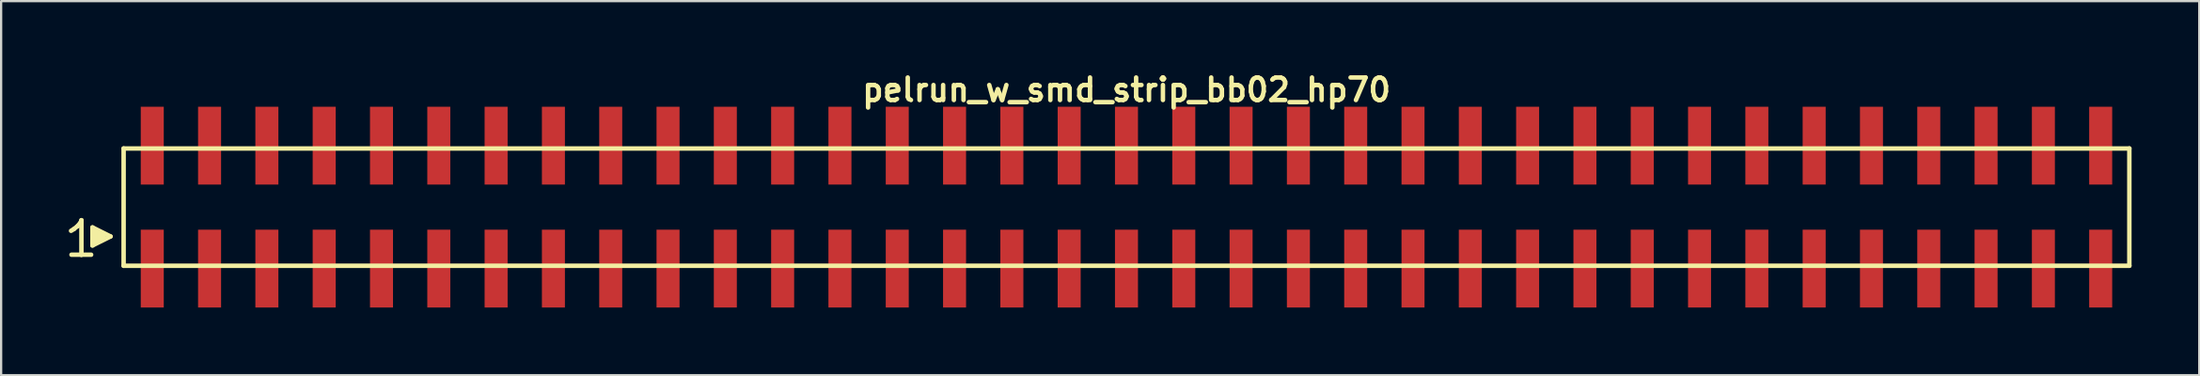
<source format=kicad_pcb>
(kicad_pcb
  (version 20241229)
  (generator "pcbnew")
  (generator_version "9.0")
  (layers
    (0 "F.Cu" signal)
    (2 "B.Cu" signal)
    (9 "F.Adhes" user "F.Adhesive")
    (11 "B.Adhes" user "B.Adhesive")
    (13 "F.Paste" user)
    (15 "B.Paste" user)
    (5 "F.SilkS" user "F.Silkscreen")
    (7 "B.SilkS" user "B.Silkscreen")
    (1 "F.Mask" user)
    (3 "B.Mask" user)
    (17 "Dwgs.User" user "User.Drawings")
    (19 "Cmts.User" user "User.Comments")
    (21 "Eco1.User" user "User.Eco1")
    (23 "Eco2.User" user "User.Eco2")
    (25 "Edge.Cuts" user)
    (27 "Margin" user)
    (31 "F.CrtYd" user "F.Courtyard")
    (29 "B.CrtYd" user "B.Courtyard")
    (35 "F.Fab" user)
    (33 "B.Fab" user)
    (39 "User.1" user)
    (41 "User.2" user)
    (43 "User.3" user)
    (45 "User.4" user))
  (footprint "pelrun_w_smd_strip_bb02_hp70"
    (layer "F.Cu")
    (at 46.879 6.132)
    (property "Reference" "pelrun_w_smd_strip_bb02_hp70" (at 0 -5.2 0) (layer "F.SilkS") (effects (font (size 0.998 0.998) (thickness 0.198))))
    (attr through_hole)
    (fp_line (start -46.78 1.05) (end -46.65 0.97) (stroke (width 0.198) (type solid)) (layer "F.SilkS"))
    (fp_line (start -46.65 0.97) (end -46.49 0.84) (stroke (width 0.198) (type solid)) (layer "F.SilkS"))
    (fp_line (start -46.49 0.84) (end -46.35 0.67) (stroke (width 0.198) (type solid)) (layer "F.SilkS"))
    (fp_line (start -46.35 0.67) (end -46.32 0.58) (stroke (width 0.198) (type solid)) (layer "F.SilkS"))
    (fp_line (start -46.32 0.58) (end -46.32 2.11) (stroke (width 0.198) (type solid)) (layer "F.SilkS"))
    (fp_line (start -46.32 2.11) (end -46.76 2.11) (stroke (width 0.198) (type solid)) (layer "F.SilkS"))
    (fp_line (start -45.89 2.11) (end -46.33 2.11) (stroke (width 0.198) (type solid)) (layer "F.SilkS"))
    (fp_line (start -45.83 0.9) (end -45.03 1.3) (stroke (width 0.198) (type solid)) (layer "F.SilkS"))
    (fp_line (start -45.83 1.7) (end -45.83 0.9) (stroke (width 0.198) (type solid)) (layer "F.SilkS"))
    (fp_line (start -45.73 1.6) (end -45.73 1) (stroke (width 0.198) (type solid)) (layer "F.SilkS"))
    (fp_line (start -45.63 1.1) (end -45.63 1.5) (stroke (width 0.198) (type solid)) (layer "F.SilkS"))
    (fp_line (start -45.53 1.5) (end -45.53 1.1) (stroke (width 0.198) (type solid)) (layer "F.SilkS"))
    (fp_line (start -45.43 1.2) (end -45.43 1.4) (stroke (width 0.198) (type solid)) (layer "F.SilkS"))
    (fp_line (start -45.33 1.4) (end -45.33 1.2) (stroke (width 0.198) (type solid)) (layer "F.SilkS"))
    (fp_line (start -45.03 1.3) (end -45.83 1.7) (stroke (width 0.198) (type solid)) (layer "F.SilkS"))
    (fp_line (start -44.45 -2.6) (end -44.45 2.6) (stroke (width 0.198) (type solid)) (layer "F.SilkS"))
    (fp_line (start -44.45 -2.6) (end 44.45 -2.6) (stroke (width 0.198) (type solid)) (layer "F.SilkS"))
    (fp_line (start 44.45 2.6) (end -44.45 2.6) (stroke (width 0.198) (type solid)) (layer "F.SilkS"))
    (fp_line (start 44.45 2.6) (end 44.45 -2.6) (stroke (width 0.198) (type solid)) (layer "F.SilkS"))
    (pad "1" smd rect (at -43.18 2.725) (size 1.02 3.45) (layers "F.Cu" "F.Mask" "F.Paste"))
    (pad "2" smd rect (at -43.18 -2.725) (size 1.02 3.45) (layers "F.Cu" "F.Mask" "F.Paste"))
    (pad "3" smd rect (at -40.64 2.725) (size 1.02 3.45) (layers "F.Cu" "F.Mask" "F.Paste"))
    (pad "4" smd rect (at -40.64 -2.725) (size 1.02 3.45) (layers "F.Cu" "F.Mask" "F.Paste"))
    (pad "5" smd rect (at -38.1 2.725) (size 1.02 3.45) (layers "F.Cu" "F.Mask" "F.Paste"))
    (pad "6" smd rect (at -38.1 -2.725) (size 1.02 3.45) (layers "F.Cu" "F.Mask" "F.Paste"))
    (pad "7" smd rect (at -35.56 2.725) (size 1.02 3.45) (layers "F.Cu" "F.Mask" "F.Paste"))
    (pad "8" smd rect (at -35.56 -2.725) (size 1.02 3.45) (layers "F.Cu" "F.Mask" "F.Paste"))
    (pad "9" smd rect (at -33.02 2.725) (size 1.02 3.45) (layers "F.Cu" "F.Mask" "F.Paste"))
    (pad "10" smd rect (at -33.02 -2.725) (size 1.02 3.45) (layers "F.Cu" "F.Mask" "F.Paste"))
    (pad "11" smd rect (at -30.48 2.725) (size 1.02 3.45) (layers "F.Cu" "F.Mask" "F.Paste"))
    (pad "12" smd rect (at -30.48 -2.725) (size 1.02 3.45) (layers "F.Cu" "F.Mask" "F.Paste"))
    (pad "13" smd rect (at -27.94 2.725) (size 1.02 3.45) (layers "F.Cu" "F.Mask" "F.Paste"))
    (pad "14" smd rect (at -27.94 -2.725) (size 1.02 3.45) (layers "F.Cu" "F.Mask" "F.Paste"))
    (pad "15" smd rect (at -25.4 2.725) (size 1.02 3.45) (layers "F.Cu" "F.Mask" "F.Paste"))
    (pad "16" smd rect (at -25.4 -2.725) (size 1.02 3.45) (layers "F.Cu" "F.Mask" "F.Paste"))
    (pad "17" smd rect (at -22.86 2.725) (size 1.02 3.45) (layers "F.Cu" "F.Mask" "F.Paste"))
    (pad "18" smd rect (at -22.86 -2.725) (size 1.02 3.45) (layers "F.Cu" "F.Mask" "F.Paste"))
    (pad "19" smd rect (at -20.32 2.725) (size 1.02 3.45) (layers "F.Cu" "F.Mask" "F.Paste"))
    (pad "20" smd rect (at -20.32 -2.725) (size 1.02 3.45) (layers "F.Cu" "F.Mask" "F.Paste"))
    (pad "21" smd rect (at -17.78 2.725) (size 1.02 3.45) (layers "F.Cu" "F.Mask" "F.Paste"))
    (pad "22" smd rect (at -17.78 -2.725) (size 1.02 3.45) (layers "F.Cu" "F.Mask" "F.Paste"))
    (pad "23" smd rect (at -15.24 2.725) (size 1.02 3.45) (layers "F.Cu" "F.Mask" "F.Paste"))
    (pad "24" smd rect (at -15.24 -2.725) (size 1.02 3.45) (layers "F.Cu" "F.Mask" "F.Paste"))
    (pad "25" smd rect (at -12.7 2.725) (size 1.02 3.45) (layers "F.Cu" "F.Mask" "F.Paste"))
    (pad "26" smd rect (at -12.7 -2.725) (size 1.02 3.45) (layers "F.Cu" "F.Mask" "F.Paste"))
    (pad "27" smd rect (at -10.16 2.725) (size 1.02 3.45) (layers "F.Cu" "F.Mask" "F.Paste"))
    (pad "28" smd rect (at -10.16 -2.725) (size 1.02 3.45) (layers "F.Cu" "F.Mask" "F.Paste"))
    (pad "29" smd rect (at -7.62 2.725) (size 1.02 3.45) (layers "F.Cu" "F.Mask" "F.Paste"))
    (pad "30" smd rect (at -7.62 -2.725) (size 1.02 3.45) (layers "F.Cu" "F.Mask" "F.Paste"))
    (pad "31" smd rect (at -5.08 2.725) (size 1.02 3.45) (layers "F.Cu" "F.Mask" "F.Paste"))
    (pad "32" smd rect (at -5.08 -2.725) (size 1.02 3.45) (layers "F.Cu" "F.Mask" "F.Paste"))
    (pad "33" smd rect (at -2.54 2.725) (size 1.02 3.45) (layers "F.Cu" "F.Mask" "F.Paste"))
    (pad "34" smd rect (at -2.54 -2.725) (size 1.02 3.45) (layers "F.Cu" "F.Mask" "F.Paste"))
    (pad "35" smd rect (at 0 2.725) (size 1.02 3.45) (layers "F.Cu" "F.Mask" "F.Paste"))
    (pad "36" smd rect (at 0 -2.725) (size 1.02 3.45) (layers "F.Cu" "F.Mask" "F.Paste"))
    (pad "37" smd rect (at 2.54 2.725) (size 1.02 3.45) (layers "F.Cu" "F.Mask" "F.Paste"))
    (pad "38" smd rect (at 2.54 -2.725) (size 1.02 3.45) (layers "F.Cu" "F.Mask" "F.Paste"))
    (pad "39" smd rect (at 5.08 2.725) (size 1.02 3.45) (layers "F.Cu" "F.Mask" "F.Paste"))
    (pad "40" smd rect (at 5.08 -2.725) (size 1.02 3.45) (layers "F.Cu" "F.Mask" "F.Paste"))
    (pad "41" smd rect (at 7.62 2.725) (size 1.02 3.45) (layers "F.Cu" "F.Mask" "F.Paste"))
    (pad "42" smd rect (at 7.62 -2.725) (size 1.02 3.45) (layers "F.Cu" "F.Mask" "F.Paste"))
    (pad "43" smd rect (at 10.16 2.725) (size 1.02 3.45) (layers "F.Cu" "F.Mask" "F.Paste"))
    (pad "44" smd rect (at 10.16 -2.725) (size 1.02 3.45) (layers "F.Cu" "F.Mask" "F.Paste"))
    (pad "45" smd rect (at 12.7 2.725) (size 1.02 3.45) (layers "F.Cu" "F.Mask" "F.Paste"))
    (pad "46" smd rect (at 12.7 -2.725) (size 1.02 3.45) (layers "F.Cu" "F.Mask" "F.Paste"))
    (pad "47" smd rect (at 15.24 2.725) (size 1.02 3.45) (layers "F.Cu" "F.Mask" "F.Paste"))
    (pad "48" smd rect (at 15.24 -2.725) (size 1.02 3.45) (layers "F.Cu" "F.Mask" "F.Paste"))
    (pad "49" smd rect (at 17.78 2.725) (size 1.02 3.45) (layers "F.Cu" "F.Mask" "F.Paste"))
    (pad "50" smd rect (at 17.78 -2.725) (size 1.02 3.45) (layers "F.Cu" "F.Mask" "F.Paste"))
    (pad "51" smd rect (at 20.32 2.725) (size 1.02 3.45) (layers "F.Cu" "F.Mask" "F.Paste"))
    (pad "52" smd rect (at 20.32 -2.725) (size 1.02 3.45) (layers "F.Cu" "F.Mask" "F.Paste"))
    (pad "53" smd rect (at 22.86 2.725) (size 1.02 3.45) (layers "F.Cu" "F.Mask" "F.Paste"))
    (pad "54" smd rect (at 22.86 -2.725) (size 1.02 3.45) (layers "F.Cu" "F.Mask" "F.Paste"))
    (pad "55" smd rect (at 25.4 2.725) (size 1.02 3.45) (layers "F.Cu" "F.Mask" "F.Paste"))
    (pad "56" smd rect (at 25.4 -2.725) (size 1.02 3.45) (layers "F.Cu" "F.Mask" "F.Paste"))
    (pad "57" smd rect (at 27.94 2.725) (size 1.02 3.45) (layers "F.Cu" "F.Mask" "F.Paste"))
    (pad "58" smd rect (at 27.94 -2.725) (size 1.02 3.45) (layers "F.Cu" "F.Mask" "F.Paste"))
    (pad "59" smd rect (at 30.48 2.725) (size 1.02 3.45) (layers "F.Cu" "F.Mask" "F.Paste"))
    (pad "60" smd rect (at 30.48 -2.725) (size 1.02 3.45) (layers "F.Cu" "F.Mask" "F.Paste"))
    (pad "61" smd rect (at 33.02 2.725) (size 1.02 3.45) (layers "F.Cu" "F.Mask" "F.Paste"))
    (pad "62" smd rect (at 33.02 -2.725) (size 1.02 3.45) (layers "F.Cu" "F.Mask" "F.Paste"))
    (pad "63" smd rect (at 35.56 2.725) (size 1.02 3.45) (layers "F.Cu" "F.Mask" "F.Paste"))
    (pad "64" smd rect (at 35.56 -2.725) (size 1.02 3.45) (layers "F.Cu" "F.Mask" "F.Paste"))
    (pad "65" smd rect (at 38.1 2.725) (size 1.02 3.45) (layers "F.Cu" "F.Mask" "F.Paste"))
    (pad "66" smd rect (at 38.1 -2.725) (size 1.02 3.45) (layers "F.Cu" "F.Mask" "F.Paste"))
    (pad "67" smd rect (at 40.64 2.725) (size 1.02 3.45) (layers "F.Cu" "F.Mask" "F.Paste"))
    (pad "68" smd rect (at 40.64 -2.725) (size 1.02 3.45) (layers "F.Cu" "F.Mask" "F.Paste"))
    (pad "69" smd rect (at 43.18 2.725) (size 1.02 3.45) (layers "F.Cu" "F.Mask" "F.Paste"))
    (pad "70" smd rect (at 43.18 -2.725) (size 1.02 3.45) (layers "F.Cu" "F.Mask" "F.Paste")))
  (gr_rect
    (start -3 -3)
    (end 94.428 13.582)
    (stroke (width 0.1) (type default))
    (fill no)
    (layer "Edge.Cuts")))
</source>
